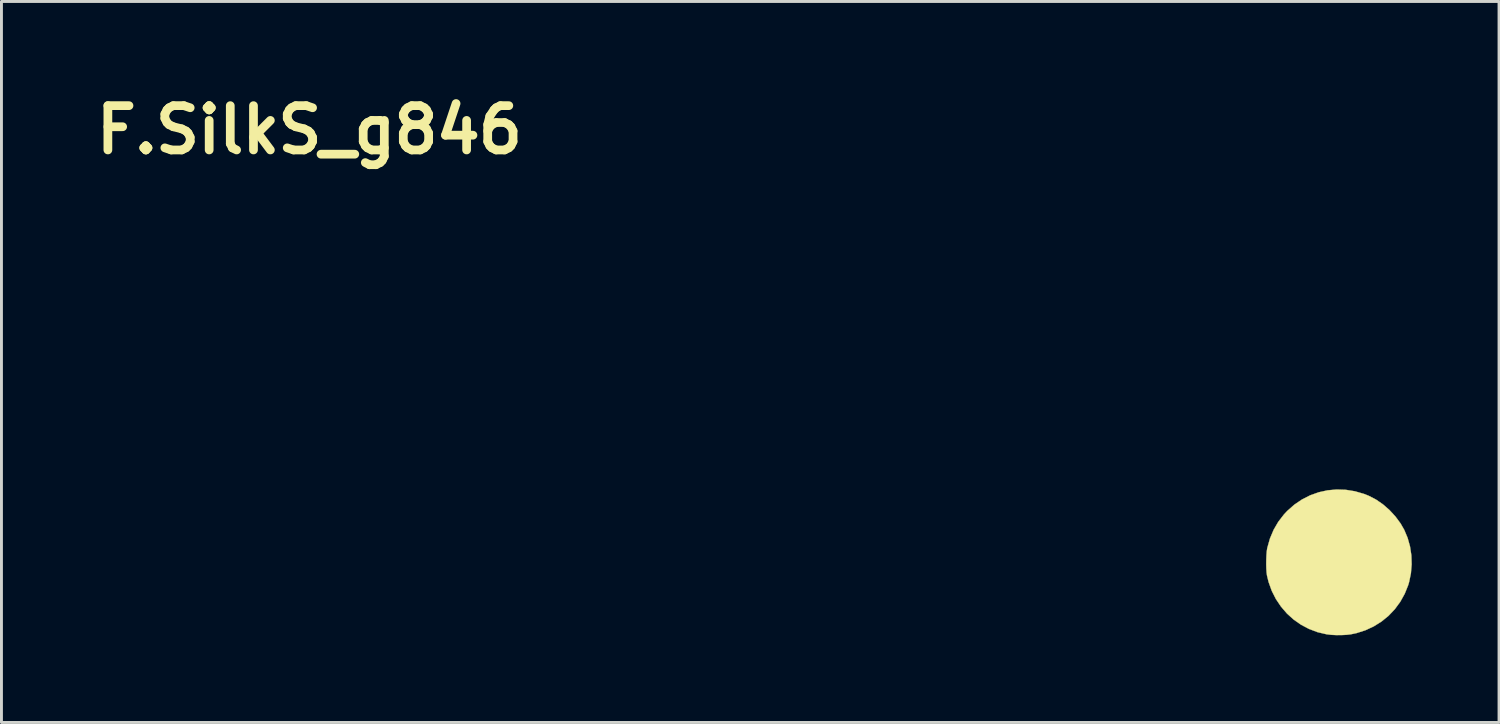
<source format=kicad_pcb>
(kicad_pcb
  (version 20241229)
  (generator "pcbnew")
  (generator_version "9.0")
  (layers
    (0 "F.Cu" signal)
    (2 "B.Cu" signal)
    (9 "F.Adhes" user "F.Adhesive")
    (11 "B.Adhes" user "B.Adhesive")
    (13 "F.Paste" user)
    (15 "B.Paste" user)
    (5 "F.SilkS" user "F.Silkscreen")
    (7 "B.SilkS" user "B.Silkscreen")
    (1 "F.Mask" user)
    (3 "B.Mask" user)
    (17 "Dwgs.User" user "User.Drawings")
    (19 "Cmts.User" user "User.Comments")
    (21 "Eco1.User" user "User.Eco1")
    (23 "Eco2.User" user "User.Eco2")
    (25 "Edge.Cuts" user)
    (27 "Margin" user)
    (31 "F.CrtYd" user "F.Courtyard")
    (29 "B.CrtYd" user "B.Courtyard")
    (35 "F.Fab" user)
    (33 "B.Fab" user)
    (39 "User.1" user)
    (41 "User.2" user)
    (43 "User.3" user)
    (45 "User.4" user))
  (footprint "F.SilkS_g846"
    (layer "F.Cu")
    (at 7.591 1.418)
    (property "Reference" "F.SilkS_g846" (at 0 0 0) (layer "F.SilkS") (effects (font (size 1.524 1.524) (thickness 0.3))))
    (attr through_hole)
    (fp_poly (pts (xy 35.641 12.377) (xy 35.956 12.428) (xy 36.268 12.518) (xy 36.432 12.583) (xy 36.681 12.712) (xy 36.921 12.877) (xy 37.145 13.073) (xy 37.349 13.294) (xy 37.526 13.533) (xy 37.653 13.754) (xy 37.769 14.03) (xy 37.851 14.323) (xy 37.898 14.629) (xy 37.908 14.939) (xy 37.883 15.247) (xy 37.821 15.547) (xy 37.79 15.653) (xy 37.67 15.952) (xy 37.515 16.23) (xy 37.329 16.483) (xy 37.113 16.71) (xy 36.87 16.908) (xy 36.603 17.075) (xy 36.314 17.209) (xy 36.007 17.307) (xy 35.82 17.346) (xy 35.673 17.364) (xy 35.501 17.373) (xy 35.319 17.374) (xy 35.144 17.365) (xy 34.991 17.347) (xy 34.983 17.346) (xy 34.672 17.273) (xy 34.378 17.162) (xy 34.103 17.017) (xy 33.848 16.839) (xy 33.618 16.631) (xy 33.415 16.395) (xy 33.24 16.135) (xy 33.097 15.853) (xy 32.988 15.55) (xy 32.933 15.325) (xy 32.919 15.222) (xy 32.91 15.09) (xy 32.906 14.94) (xy 32.908 14.784) (xy 32.914 14.632) (xy 32.924 14.497) (xy 32.94 14.391) (xy 32.943 14.376) (xy 33.035 14.051) (xy 33.161 13.753) (xy 33.32 13.479) (xy 33.515 13.226) (xy 33.632 13.101) (xy 33.876 12.886) (xy 34.139 12.708) (xy 34.419 12.566) (xy 34.712 12.462) (xy 35.016 12.395) (xy 35.327 12.367) (xy 35.641 12.377)) (stroke (width 0.01) (type solid)) (fill yes) (layer "F.SilkS")))
  (gr_rect
    (start -3 -3)
    (end 48.504 21.797)
    (stroke (width 0.1) (type default))
    (fill no)
    (layer "Edge.Cuts")))
</source>
